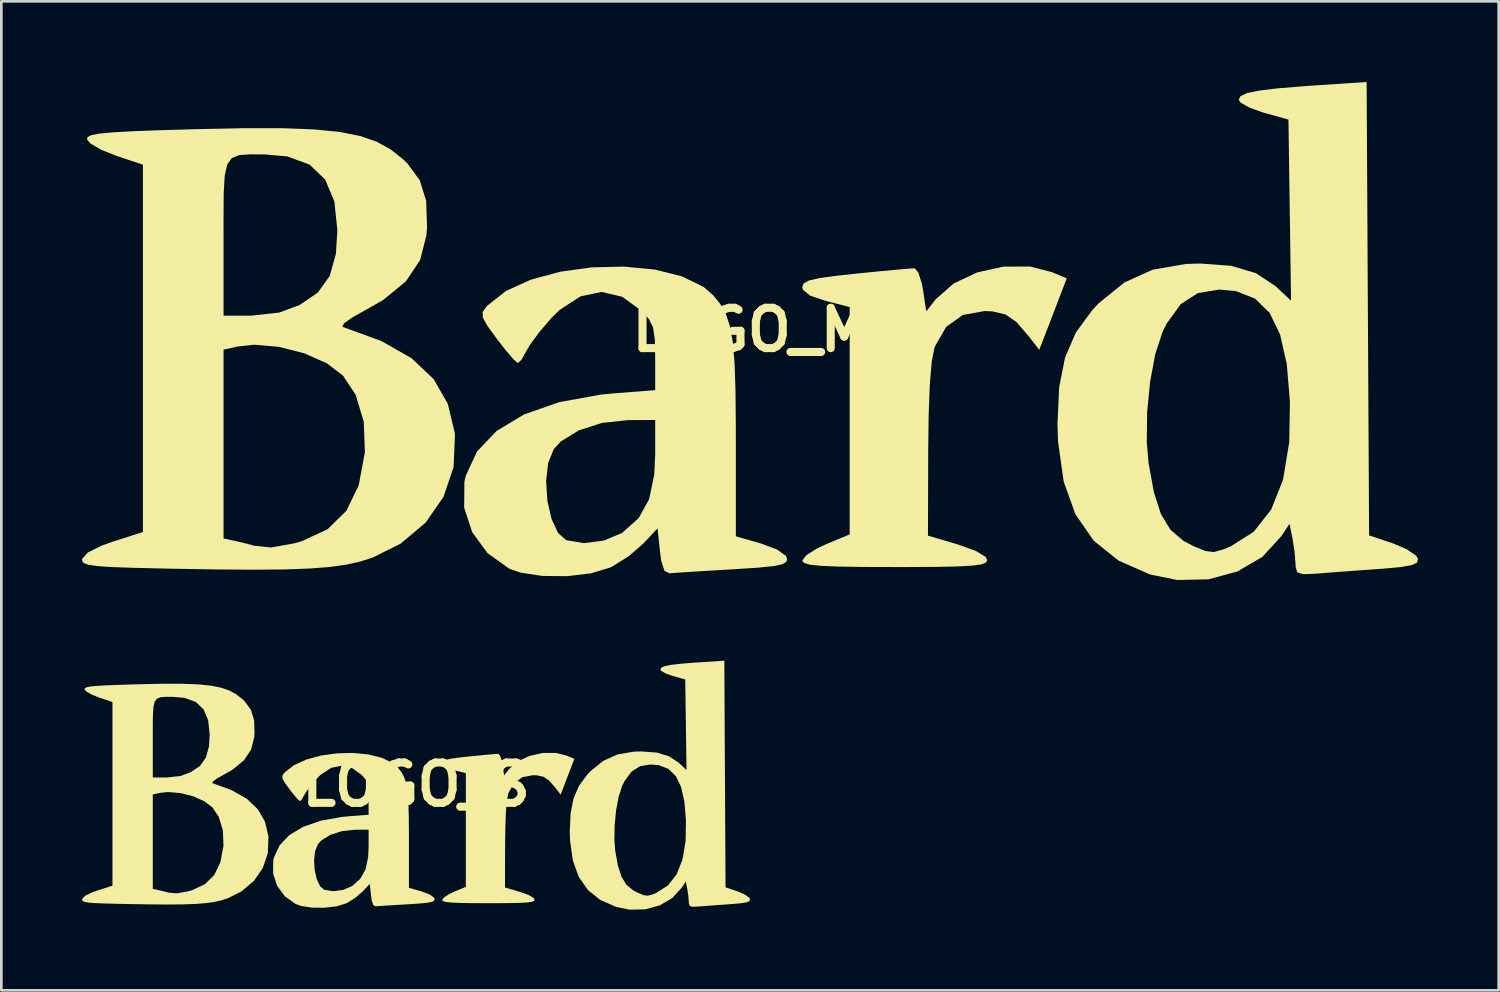
<source format=kicad_pcb>
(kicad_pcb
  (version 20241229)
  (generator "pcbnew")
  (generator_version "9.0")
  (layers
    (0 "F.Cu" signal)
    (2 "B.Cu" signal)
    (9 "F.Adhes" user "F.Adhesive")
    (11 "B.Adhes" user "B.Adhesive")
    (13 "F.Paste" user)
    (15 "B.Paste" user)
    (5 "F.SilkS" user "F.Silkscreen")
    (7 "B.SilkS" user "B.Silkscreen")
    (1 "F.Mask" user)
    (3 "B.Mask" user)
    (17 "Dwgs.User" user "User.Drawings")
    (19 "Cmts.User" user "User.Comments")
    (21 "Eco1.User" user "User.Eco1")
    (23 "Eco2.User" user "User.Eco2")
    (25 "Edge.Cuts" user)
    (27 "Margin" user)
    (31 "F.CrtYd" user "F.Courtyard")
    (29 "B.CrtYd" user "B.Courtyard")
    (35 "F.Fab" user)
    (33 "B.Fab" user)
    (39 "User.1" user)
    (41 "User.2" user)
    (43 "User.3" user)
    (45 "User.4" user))
  (footprint "LOGO_M"
    (layer "F.Cu")
    (at 24.842 9.217)
    (property "Reference" "LOGO_M" (at 0 0 0) (layer "F.SilkS") (effects (font (size 1.5 1.5) (thickness 0.3))))
    (attr board_only exclude_from_pos_files exclude_from_bom)
    (fp_poly (pts (xy 11.223 -2.148) (xy 11.775 -1.915) (xy 11.459 -1.09) (xy 11.227 -0.485) (xy 11.013 0.07) (xy 10.948 0.24) (xy 10.753 0.745) (xy 10.364 0.24) (xy 9.908 -0.289) (xy 9.497 -0.575) (xy 9.011 -0.688) (xy 8.711 -0.7) (xy 7.908 -0.553) (xy 7.289 -0.109) (xy 6.872 0.621) (xy 6.857 0.664) (xy 6.757 1.17) (xy 6.685 2.013) (xy 6.64 3.179) (xy 6.624 4.487) (xy 6.615 7.651) (xy 7.717 7.977) (xy 8.384 8.214) (xy 8.754 8.437) (xy 8.819 8.561) (xy 8.772 8.652) (xy 8.602 8.719) (xy 8.266 8.766) (xy 7.72 8.796) (xy 6.923 8.813) (xy 5.83 8.819) (xy 5.38 8.819) (xy 4.162 8.815) (xy 3.257 8.801) (xy 2.623 8.773) (xy 2.219 8.729) (xy 2.005 8.666) (xy 1.94 8.582) (xy 1.94 8.578) (xy 2.09 8.382) (xy 2.476 8.134) (xy 2.822 7.971) (xy 3.704 7.604) (xy 3.704 3.377) (xy 3.704 -0.849) (xy 2.822 -1.075) (xy 2.234 -1.273) (xy 1.966 -1.491) (xy 1.94 -1.595) (xy 1.994 -1.73) (xy 2.19 -1.836) (xy 2.586 -1.927) (xy 3.236 -2.016) (xy 3.935 -2.091) (xy 4.748 -2.172) (xy 5.437 -2.237) (xy 5.923 -2.28) (xy 6.12 -2.293) (xy 6.256 -2.136) (xy 6.384 -1.737) (xy 6.43 -1.491) (xy 6.551 -0.689) (xy 6.908 -1.143) (xy 7.568 -1.723) (xy 8.443 -2.136) (xy 9.428 -2.354) (xy 10.417 -2.355)) (stroke (width 0) (type solid)) (fill yes) (layer "F.SilkS"))
    (fp_poly (pts (xy 22.973 -0.787) (xy 23.019 7.643) (xy 23.901 7.937) (xy 24.416 8.156) (xy 24.758 8.389) (xy 24.836 8.509) (xy 24.805 8.649) (xy 24.609 8.747) (xy 24.188 8.821) (xy 23.483 8.884) (xy 23.337 8.894) (xy 22.523 8.952) (xy 21.746 9.01) (xy 21.145 9.057) (xy 21.034 9.066) (xy 20.563 9.086) (xy 20.345 9.013) (xy 20.286 8.804) (xy 20.285 8.732) (xy 20.249 8.267) (xy 20.172 7.772) (xy 20.06 7.209) (xy 19.761 7.665) (xy 19.051 8.44) (xy 18.124 8.983) (xy 17.046 9.276) (xy 15.882 9.3) (xy 14.874 9.095) (xy 13.7 8.579) (xy 12.778 7.839) (xy 12.1 6.862) (xy 11.661 5.638) (xy 11.454 4.169) (xy 14.752 4.169) (xy 14.816 4.934) (xy 15.016 6.038) (xy 15.278 6.851) (xy 15.633 7.433) (xy 16.116 7.846) (xy 16.492 8.043) (xy 16.937 8.224) (xy 17.248 8.262) (xy 17.608 8.158) (xy 17.868 8.052) (xy 18.728 7.507) (xy 19.379 6.679) (xy 19.819 5.569) (xy 20.049 4.178) (xy 20.075 2.668) (xy 19.956 1.262) (xy 19.708 0.169) (xy 19.319 -0.633) (xy 18.776 -1.163) (xy 18.065 -1.442) (xy 17.44 -1.499) (xy 16.651 -1.368) (xy 16.014 -0.957) (xy 15.492 -0.236) (xy 15.333 0.089) (xy 15.069 0.896) (xy 14.876 1.928) (xy 14.765 3.06) (xy 14.752 4.169) (xy 11.454 4.169) (xy 11.452 4.155) (xy 11.431 3.498) (xy 11.493 2.138) (xy 11.712 1.03) (xy 12.114 0.097) (xy 12.726 -0.737) (xy 12.975 -1) (xy 13.92 -1.764) (xy 14.972 -2.239) (xy 16.2 -2.451) (xy 16.745 -2.468) (xy 17.901 -2.381) (xy 18.809 -2.109) (xy 19.529 -1.634) (xy 19.569 -1.597) (xy 20.116 -1.086) (xy 20.068 -4.453) (xy 20.02 -7.821) (xy 19.094 -8.078) (xy 18.582 -8.258) (xy 18.246 -8.447) (xy 18.168 -8.558) (xy 18.238 -8.694) (xy 18.476 -8.805) (xy 18.924 -8.898) (xy 19.624 -8.982) (xy 20.617 -9.063) (xy 21.121 -9.098) (xy 22.927 -9.217)) (stroke (width 0) (type solid)) (fill yes) (layer "F.SilkS"))
    (fp_poly (pts (xy -3.547 -2.244) (xy -2.536 -1.992) (xy -1.728 -1.596) (xy -1.373 -1.29) (xy -1.105 -0.957) (xy -0.9 -0.59) (xy -0.749 -0.139) (xy -0.644 0.445) (xy -0.578 1.214) (xy -0.543 2.218) (xy -0.53 3.507) (xy -0.529 4.009) (xy -0.529 7.677) (xy 0.395 7.94) (xy 0.998 8.164) (xy 1.33 8.402) (xy 1.374 8.493) (xy 1.356 8.62) (xy 1.209 8.713) (xy 0.877 8.783) (xy 0.307 8.841) (xy -0.556 8.897) (xy -0.652 8.903) (xy -1.494 8.953) (xy -2.22 8.998) (xy -2.751 9.033) (xy -2.999 9.053) (xy -3.182 8.962) (xy -3.301 8.601) (xy -3.351 8.232) (xy -3.44 7.381) (xy -3.969 7.946) (xy -4.494 8.401) (xy -5.104 8.789) (xy -5.203 8.838) (xy -5.919 9.054) (xy -6.805 9.158) (xy -7.724 9.149) (xy -8.538 9.026) (xy -8.957 8.879) (xy -9.764 8.302) (xy -10.334 7.521) (xy -10.632 6.612) (xy -10.623 5.65) (xy -10.617 5.62) (xy -7.584 5.62) (xy -7.539 6.347) (xy -7.385 7.026) (xy -7.137 7.554) (xy -6.839 7.819) (xy -6.183 7.93) (xy -5.434 7.833) (xy -4.768 7.553) (xy -4.744 7.537) (xy -4.14 6.996) (xy -3.754 6.296) (xy -3.562 5.378) (xy -3.528 4.63) (xy -3.528 3.351) (xy -4.542 3.355) (xy -5.505 3.459) (xy -6.37 3.737) (xy -7.041 4.152) (xy -7.297 4.43) (xy -7.508 4.947) (xy -7.584 5.62) (xy -10.617 5.62) (xy -10.573 5.424) (xy -10.152 4.519) (xy -9.422 3.755) (xy -8.401 3.142) (xy -7.106 2.689) (xy -5.557 2.407) (xy -5.007 2.355) (xy -3.528 2.241) (xy -3.528 1.019) (xy -3.542 0.349) (xy -3.607 -0.085) (xy -3.757 -0.396) (xy -4.025 -0.7) (xy -4.034 -0.71) (xy -4.759 -1.233) (xy -5.525 -1.411) (xy -6.308 -1.246) (xy -7.084 -0.741) (xy -7.394 -0.436) (xy -7.825 0.068) (xy -8.175 0.542) (xy -8.323 0.794) (xy -8.505 1.117) (xy -8.634 1.235) (xy -8.788 1.104) (xy -9.082 0.764) (xy -9.413 0.338) (xy -9.771 -0.155) (xy -9.939 -0.46) (xy -9.944 -0.664) (xy -9.811 -0.858) (xy -9.776 -0.897) (xy -9.083 -1.444) (xy -8.155 -1.867) (xy -7.064 -2.162) (xy -5.884 -2.325) (xy -4.687 -2.353)) (stroke (width 0) (type solid)) (fill yes) (layer "F.SilkS"))
    (fp_poly (pts (xy -17.388 -7.5) (xy -16.211 -7.455) (xy -15.262 -7.361) (xy -14.497 -7.209) (xy -13.877 -6.994) (xy -13.36 -6.707) (xy -12.904 -6.344) (xy -12.745 -6.192) (xy -12.282 -5.563) (xy -12.044 -4.794) (xy -12.012 -3.814) (xy -12.036 -3.511) (xy -12.269 -2.598) (xy -12.795 -1.809) (xy -13.635 -1.118) (xy -14.273 -0.752) (xy -14.782 -0.468) (xy -15.098 -0.242) (xy -15.162 -0.118) (xy -15.147 -0.11) (xy -13.704 0.417) (xy -12.583 1.058) (xy -11.767 1.831) (xy -11.239 2.75) (xy -10.981 3.834) (xy -10.974 3.902) (xy -11.025 5.101) (xy -11.397 6.202) (xy -12.062 7.165) (xy -12.993 7.948) (xy -14.023 8.461) (xy -14.485 8.611) (xy -15.003 8.728) (xy -15.621 8.815) (xy -16.38 8.874) (xy -17.322 8.908) (xy -18.489 8.918) (xy -19.922 8.907) (xy -21.664 8.877) (xy -21.752 8.875) (xy -22.88 8.849) (xy -23.701 8.821) (xy -24.262 8.785) (xy -24.608 8.736) (xy -24.786 8.668) (xy -24.842 8.576) (xy -24.838 8.516) (xy -24.627 8.279) (xy -24.103 8.019) (xy -23.68 7.869) (xy -23.321 7.754) (xy -19.579 7.754) (xy -19.094 7.861) (xy -18.675 7.961) (xy -18.433 8.027) (xy -17.813 8.091) (xy -16.954 7.939) (xy -16.673 7.859) (xy -15.713 7.414) (xy -15.012 6.728) (xy -14.561 5.796) (xy -14.548 5.752) (xy -14.323 4.547) (xy -14.366 3.413) (xy -14.667 2.415) (xy -15.132 1.707) (xy -15.739 1.243) (xy -16.573 0.873) (xy -17.514 0.631) (xy -18.441 0.552) (xy -19.043 0.616) (xy -19.579 0.734) (xy -19.579 4.244) (xy -19.579 7.754) (xy -23.321 7.754) (xy -22.578 7.517) (xy -22.578 0.686) (xy -22.578 -4.196) (xy -19.58 -4.196) (xy -19.579 -3.421) (xy -19.579 -0.529) (xy -18.558 -0.529) (xy -17.51 -0.644) (xy -16.75 -0.926) (xy -16.072 -1.389) (xy -15.633 -2.003) (xy -15.401 -2.827) (xy -15.347 -3.704) (xy -15.459 -4.78) (xy -15.801 -5.591) (xy -16.381 -6.145) (xy -17.209 -6.452) (xy -18.057 -6.526) (xy -18.603 -6.527) (xy -19.001 -6.497) (xy -19.273 -6.388) (xy -19.443 -6.152) (xy -19.535 -5.74) (xy -19.573 -5.104) (xy -19.58 -4.196) (xy -22.578 -4.196) (xy -22.578 -6.144) (xy -23.592 -6.482) (xy -24.144 -6.705) (xy -24.531 -6.934) (xy -24.658 -7.086) (xy -24.633 -7.173) (xy -24.495 -7.242) (xy -24.204 -7.298) (xy -23.721 -7.344) (xy -23.007 -7.384) (xy -22.023 -7.422) (xy -20.729 -7.46) (xy -20.588 -7.464) (xy -18.833 -7.5)) (stroke (width 0) (type solid)) (fill yes) (layer "F.SilkS")))
  (footprint "LOGO_S"
    (layer "F.Cu")
    (at 12.421 26.126)
    (property "Reference" "LOGO_S" (at 0 0 0) (layer "F.SilkS") (effects (font (size 1.5 1.5) (thickness 0.3))))
    (attr board_only exclude_from_pos_files exclude_from_bom)
    (fp_poly (pts (xy 5.612 -1.074) (xy 5.887 -0.958) (xy 5.729 -0.545) (xy 5.613 -0.243) (xy 5.507 0.035) (xy 5.474 0.12) (xy 5.377 0.373) (xy 5.182 0.12) (xy 4.954 -0.144) (xy 4.748 -0.288) (xy 4.506 -0.344) (xy 4.355 -0.35) (xy 3.954 -0.277) (xy 3.645 -0.054) (xy 3.436 0.31) (xy 3.429 0.332) (xy 3.379 0.585) (xy 3.342 1.006) (xy 3.32 1.59) (xy 3.312 2.244) (xy 3.307 3.826) (xy 3.859 3.989) (xy 4.192 4.107) (xy 4.377 4.219) (xy 4.41 4.281) (xy 4.386 4.326) (xy 4.301 4.359) (xy 4.133 4.383) (xy 3.86 4.398) (xy 3.461 4.406) (xy 2.915 4.41) (xy 2.69 4.41) (xy 2.081 4.408) (xy 1.628 4.4) (xy 1.311 4.386) (xy 1.11 4.365) (xy 1.003 4.333) (xy 0.97 4.291) (xy 0.97 4.289) (xy 1.045 4.191) (xy 1.238 4.067) (xy 1.411 3.985) (xy 1.852 3.802) (xy 1.852 1.689) (xy 1.852 -0.425) (xy 1.411 -0.538) (xy 1.117 -0.637) (xy 0.983 -0.745) (xy 0.97 -0.798) (xy 0.997 -0.865) (xy 1.095 -0.918) (xy 1.293 -0.963) (xy 1.618 -1.008) (xy 1.967 -1.045) (xy 2.374 -1.086) (xy 2.719 -1.119) (xy 2.962 -1.14) (xy 3.06 -1.147) (xy 3.128 -1.068) (xy 3.192 -0.869) (xy 3.215 -0.745) (xy 3.275 -0.344) (xy 3.454 -0.572) (xy 3.784 -0.862) (xy 4.222 -1.068) (xy 4.714 -1.177) (xy 5.208 -1.178)) (stroke (width 0) (type solid)) (fill yes) (layer "F.SilkS"))
    (fp_poly (pts (xy 11.486 -0.394) (xy 11.509 3.821) (xy 11.95 3.969) (xy 12.208 4.078) (xy 12.379 4.195) (xy 12.418 4.255) (xy 12.403 4.324) (xy 12.305 4.374) (xy 12.094 4.41) (xy 11.742 4.442) (xy 11.669 4.447) (xy 11.262 4.476) (xy 10.873 4.505) (xy 10.573 4.528) (xy 10.517 4.533) (xy 10.282 4.543) (xy 10.173 4.507) (xy 10.143 4.402) (xy 10.142 4.366) (xy 10.125 4.134) (xy 10.086 3.886) (xy 10.03 3.605) (xy 9.88 3.833) (xy 9.525 4.22) (xy 9.062 4.492) (xy 8.523 4.638) (xy 7.941 4.65) (xy 7.437 4.547) (xy 6.85 4.289) (xy 6.389 3.919) (xy 6.05 3.431) (xy 5.83 2.819) (xy 5.727 2.084) (xy 7.376 2.084) (xy 7.408 2.467) (xy 7.508 3.019) (xy 7.639 3.425) (xy 7.817 3.717) (xy 8.058 3.923) (xy 8.246 4.021) (xy 8.468 4.112) (xy 8.624 4.131) (xy 8.804 4.079) (xy 8.934 4.026) (xy 9.364 3.753) (xy 9.689 3.339) (xy 9.909 2.785) (xy 10.024 2.089) (xy 10.037 1.334) (xy 9.978 0.631) (xy 9.854 0.084) (xy 9.66 -0.316) (xy 9.388 -0.581) (xy 9.033 -0.721) (xy 8.72 -0.75) (xy 8.325 -0.684) (xy 8.007 -0.478) (xy 7.746 -0.118) (xy 7.666 0.044) (xy 7.535 0.448) (xy 7.438 0.964) (xy 7.383 1.53) (xy 7.376 2.084) (xy 5.727 2.084) (xy 5.726 2.077) (xy 5.716 1.749) (xy 5.747 1.069) (xy 5.856 0.515) (xy 6.057 0.048) (xy 6.363 -0.368) (xy 6.487 -0.5) (xy 6.96 -0.882) (xy 7.486 -1.12) (xy 8.1 -1.226) (xy 8.372 -1.234) (xy 8.951 -1.191) (xy 9.404 -1.055) (xy 9.765 -0.817) (xy 9.785 -0.798) (xy 10.058 -0.543) (xy 10.034 -2.227) (xy 10.01 -3.91) (xy 9.547 -4.039) (xy 9.291 -4.129) (xy 9.123 -4.224) (xy 9.084 -4.279) (xy 9.119 -4.347) (xy 9.238 -4.402) (xy 9.462 -4.449) (xy 9.812 -4.491) (xy 10.308 -4.532) (xy 10.56 -4.549) (xy 11.464 -4.609)) (stroke (width 0) (type solid)) (fill yes) (layer "F.SilkS"))
    (fp_poly (pts (xy -1.773 -1.122) (xy -1.268 -0.996) (xy -0.864 -0.798) (xy -0.687 -0.645) (xy -0.553 -0.478) (xy -0.45 -0.295) (xy -0.374 -0.07) (xy -0.322 0.223) (xy -0.289 0.607) (xy -0.271 1.109) (xy -0.265 1.754) (xy -0.265 2.005) (xy -0.265 3.839) (xy 0.197 3.97) (xy 0.499 4.082) (xy 0.665 4.201) (xy 0.687 4.247) (xy 0.678 4.31) (xy 0.604 4.357) (xy 0.439 4.391) (xy 0.154 4.42) (xy -0.278 4.449) (xy -0.326 4.452) (xy -0.747 4.476) (xy -1.11 4.499) (xy -1.375 4.517) (xy -1.499 4.527) (xy -1.591 4.481) (xy -1.65 4.3) (xy -1.676 4.116) (xy -1.72 3.69) (xy -1.984 3.973) (xy -2.247 4.2) (xy -2.552 4.394) (xy -2.602 4.419) (xy -2.96 4.527) (xy -3.403 4.579) (xy -3.862 4.575) (xy -4.269 4.513) (xy -4.478 4.44) (xy -4.882 4.151) (xy -5.167 3.761) (xy -5.316 3.306) (xy -5.312 2.825) (xy -5.308 2.81) (xy -3.792 2.81) (xy -3.769 3.174) (xy -3.693 3.513) (xy -3.569 3.777) (xy -3.419 3.91) (xy -3.091 3.965) (xy -2.717 3.917) (xy -2.384 3.776) (xy -2.372 3.769) (xy -2.07 3.498) (xy -1.877 3.148) (xy -1.781 2.689) (xy -1.764 2.315) (xy -1.764 1.676) (xy -2.271 1.678) (xy -2.752 1.729) (xy -3.185 1.868) (xy -3.521 2.076) (xy -3.648 2.215) (xy -3.754 2.474) (xy -3.792 2.81) (xy -5.308 2.81) (xy -5.286 2.712) (xy -5.076 2.26) (xy -4.711 1.877) (xy -4.2 1.571) (xy -3.553 1.345) (xy -2.778 1.204) (xy -2.503 1.177) (xy -1.764 1.121) (xy -1.764 0.509) (xy -1.771 0.174) (xy -1.803 -0.042) (xy -1.878 -0.198) (xy -2.012 -0.35) (xy -2.017 -0.355) (xy -2.379 -0.616) (xy -2.762 -0.705) (xy -3.154 -0.623) (xy -3.542 -0.37) (xy -3.697 -0.218) (xy -3.913 0.034) (xy -4.087 0.271) (xy -4.161 0.397) (xy -4.253 0.558) (xy -4.317 0.617) (xy -4.394 0.552) (xy -4.541 0.382) (xy -4.707 0.169) (xy -4.886 -0.078) (xy -4.97 -0.23) (xy -4.972 -0.332) (xy -4.905 -0.429) (xy -4.888 -0.449) (xy -4.542 -0.722) (xy -4.077 -0.933) (xy -3.532 -1.081) (xy -2.942 -1.162) (xy -2.343 -1.177)) (stroke (width 0) (type solid)) (fill yes) (layer "F.SilkS"))
    (fp_poly (pts (xy -8.694 -3.75) (xy -8.106 -3.728) (xy -7.631 -3.68) (xy -7.249 -3.605) (xy -6.939 -3.497) (xy -6.68 -3.354) (xy -6.452 -3.172) (xy -6.373 -3.096) (xy -6.141 -2.782) (xy -6.022 -2.397) (xy -6.006 -1.907) (xy -6.018 -1.755) (xy -6.135 -1.299) (xy -6.398 -0.904) (xy -6.818 -0.559) (xy -7.137 -0.376) (xy -7.391 -0.234) (xy -7.549 -0.121) (xy -7.581 -0.059) (xy -7.574 -0.055) (xy -6.852 0.208) (xy -6.292 0.529) (xy -5.884 0.915) (xy -5.619 1.375) (xy -5.49 1.917) (xy -5.487 1.951) (xy -5.512 2.55) (xy -5.698 3.101) (xy -6.031 3.583) (xy -6.496 3.974) (xy -7.011 4.231) (xy -7.242 4.305) (xy -7.502 4.364) (xy -7.811 4.407) (xy -8.19 4.437) (xy -8.661 4.454) (xy -9.244 4.459) (xy -9.961 4.453) (xy -10.832 4.439) (xy -10.876 4.438) (xy -11.44 4.425) (xy -11.851 4.411) (xy -12.131 4.393) (xy -12.304 4.368) (xy -12.393 4.334) (xy -12.421 4.288) (xy -12.419 4.258) (xy -12.314 4.14) (xy -12.052 4.01) (xy -11.84 3.935) (xy -11.66 3.877) (xy -9.79 3.877) (xy -9.547 3.931) (xy -9.337 3.98) (xy -9.216 4.014) (xy -8.907 4.045) (xy -8.477 3.969) (xy -8.336 3.93) (xy -7.857 3.707) (xy -7.506 3.364) (xy -7.281 2.898) (xy -7.274 2.876) (xy -7.161 2.273) (xy -7.183 1.706) (xy -7.333 1.208) (xy -7.566 0.854) (xy -7.869 0.621) (xy -8.286 0.436) (xy -8.757 0.316) (xy -9.221 0.276) (xy -9.521 0.308) (xy -9.79 0.367) (xy -9.79 2.122) (xy -9.79 3.877) (xy -11.66 3.877) (xy -11.289 3.758) (xy -11.289 0.343) (xy -11.289 -2.098) (xy -9.79 -2.098) (xy -9.79 -1.71) (xy -9.79 -0.265) (xy -9.279 -0.265) (xy -8.755 -0.322) (xy -8.375 -0.463) (xy -8.036 -0.694) (xy -7.816 -1.002) (xy -7.701 -1.414) (xy -7.673 -1.852) (xy -7.729 -2.39) (xy -7.9 -2.795) (xy -8.191 -3.072) (xy -8.605 -3.226) (xy -9.028 -3.263) (xy -9.302 -3.264) (xy -9.5 -3.249) (xy -9.636 -3.194) (xy -9.722 -3.076) (xy -9.768 -2.87) (xy -9.786 -2.552) (xy -9.79 -2.098) (xy -11.289 -2.098) (xy -11.289 -3.072) (xy -11.796 -3.241) (xy -12.072 -3.352) (xy -12.266 -3.467) (xy -12.329 -3.543) (xy -12.316 -3.586) (xy -12.247 -3.621) (xy -12.102 -3.649) (xy -11.861 -3.672) (xy -11.504 -3.692) (xy -11.011 -3.711) (xy -10.364 -3.73) (xy -10.294 -3.732) (xy -9.417 -3.75)) (stroke (width 0) (type solid)) (fill yes) (layer "F.SilkS")))
  (gr_rect
    (start -3 -3)
    (end 52.679 33.776)
    (stroke (width 0.1) (type default))
    (fill no)
    (layer "Edge.Cuts")))
</source>
